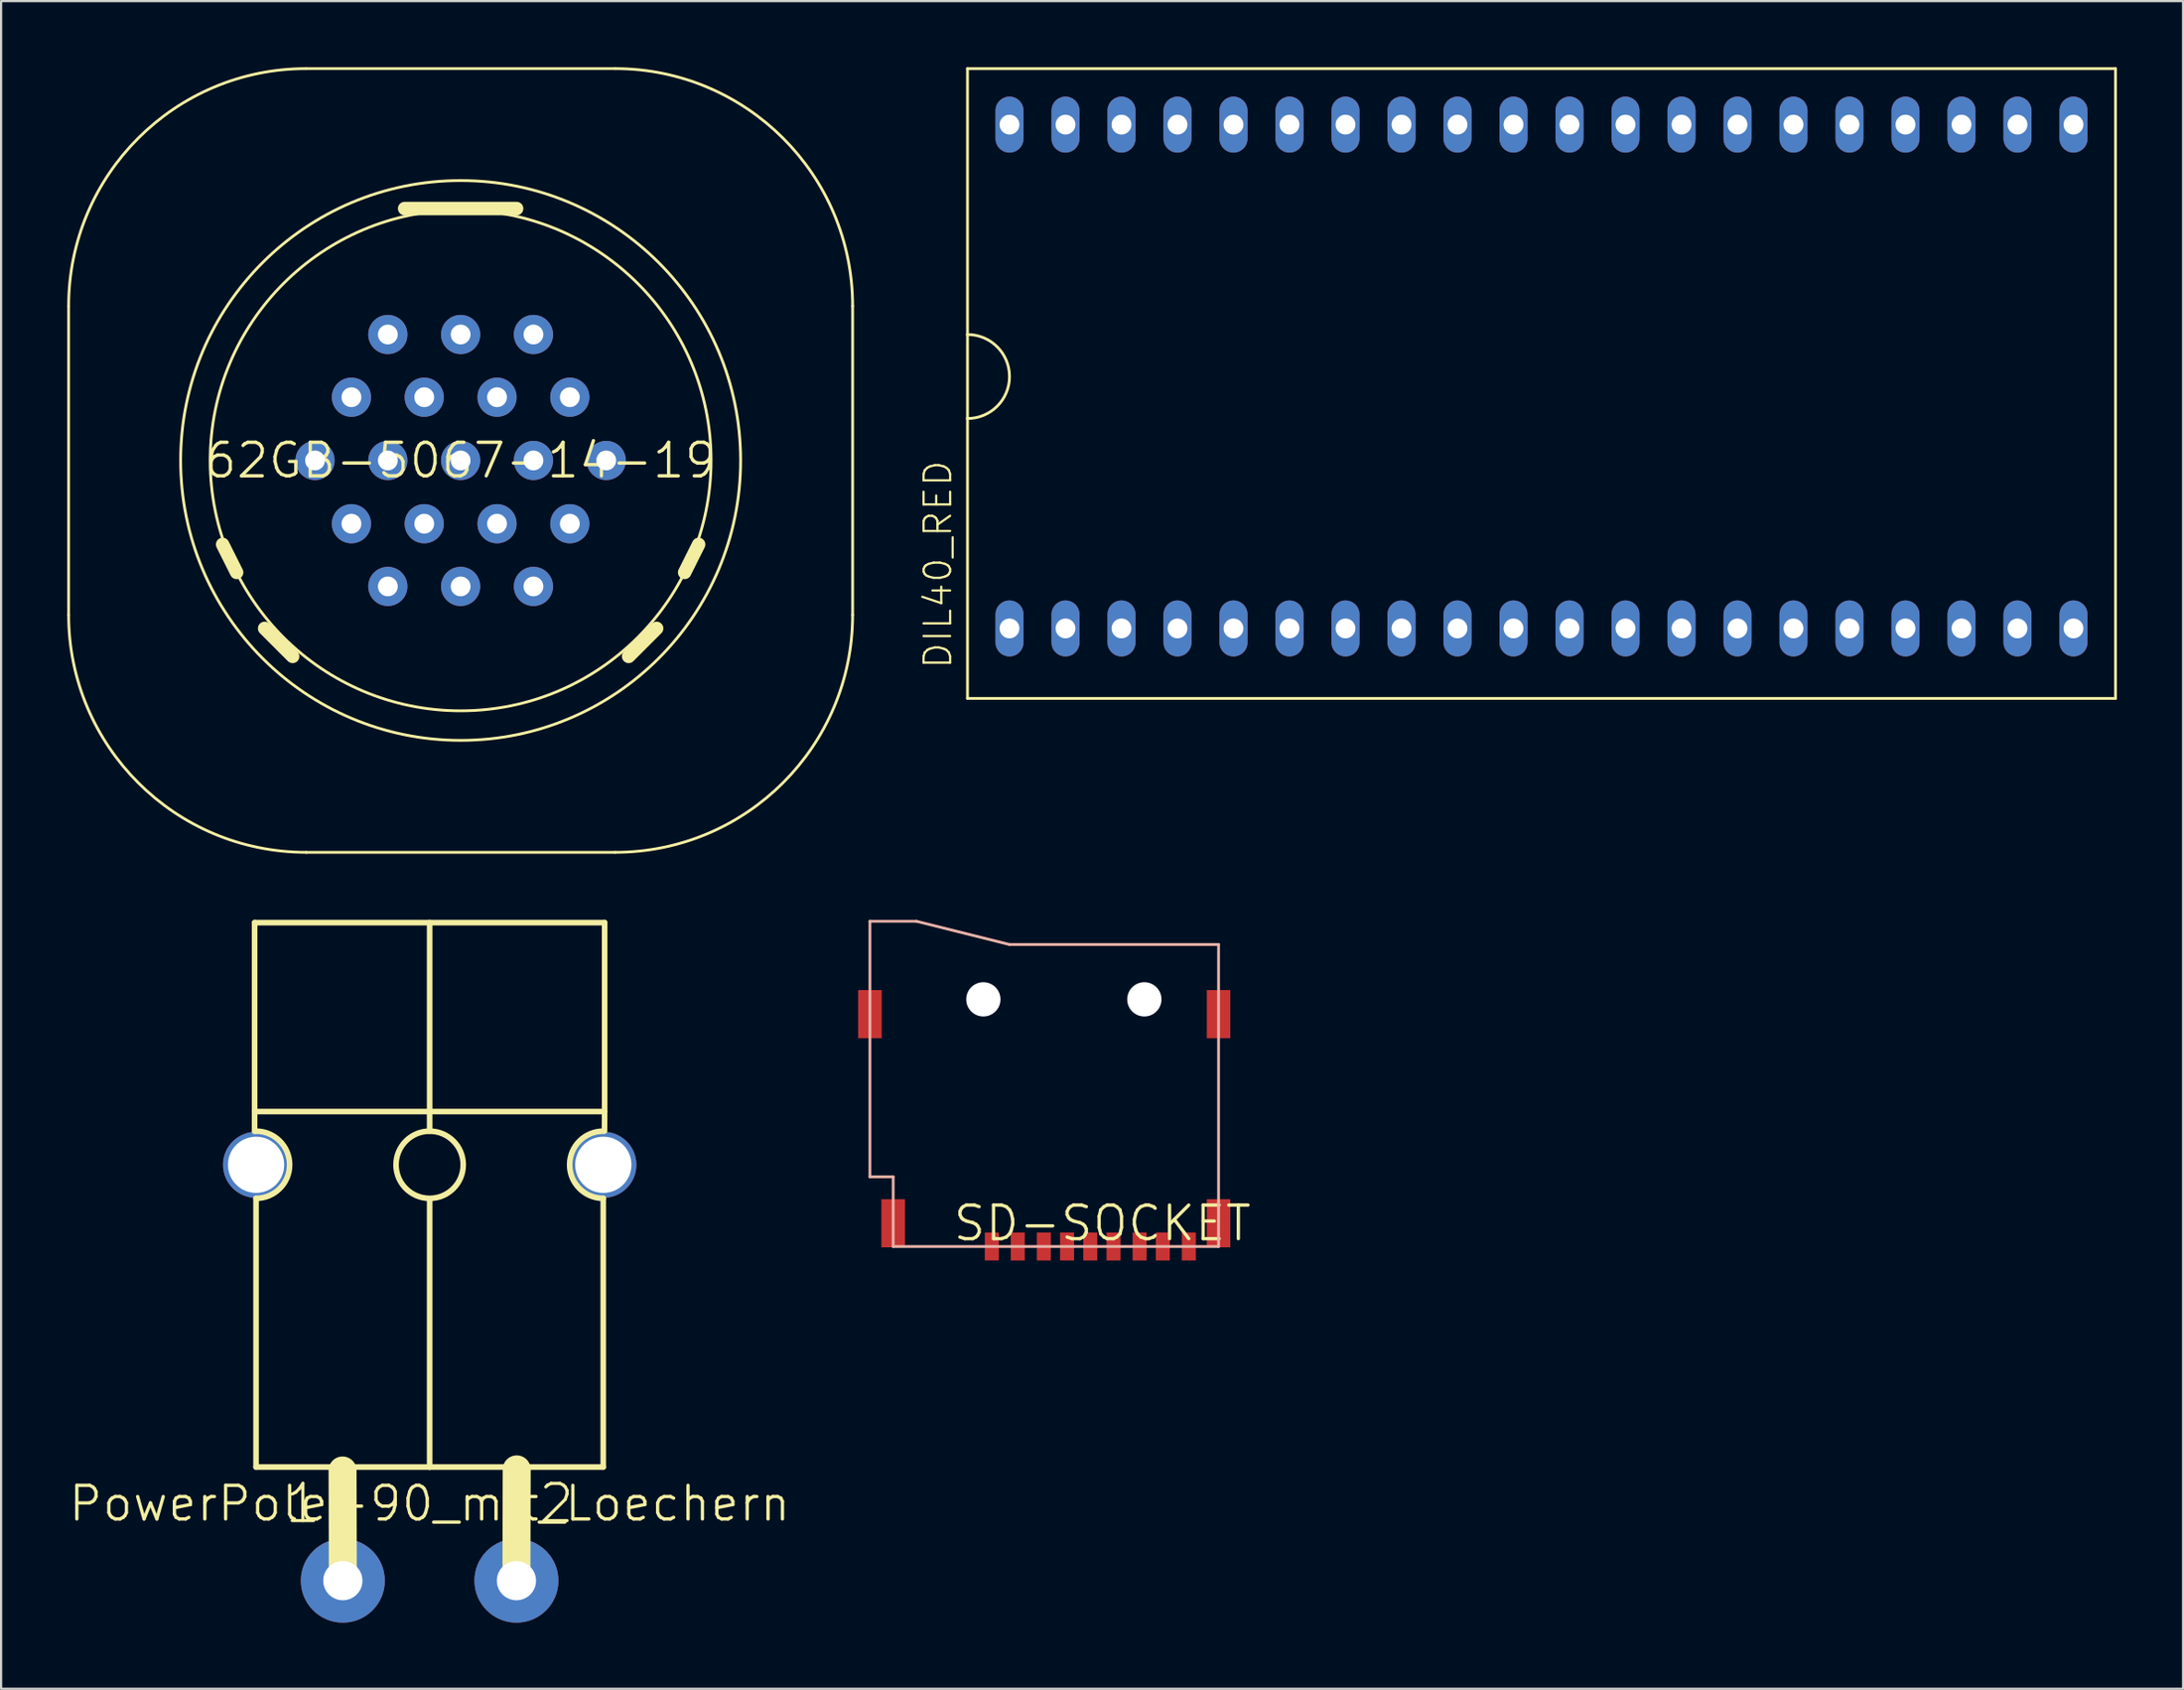
<source format=kicad_pcb>
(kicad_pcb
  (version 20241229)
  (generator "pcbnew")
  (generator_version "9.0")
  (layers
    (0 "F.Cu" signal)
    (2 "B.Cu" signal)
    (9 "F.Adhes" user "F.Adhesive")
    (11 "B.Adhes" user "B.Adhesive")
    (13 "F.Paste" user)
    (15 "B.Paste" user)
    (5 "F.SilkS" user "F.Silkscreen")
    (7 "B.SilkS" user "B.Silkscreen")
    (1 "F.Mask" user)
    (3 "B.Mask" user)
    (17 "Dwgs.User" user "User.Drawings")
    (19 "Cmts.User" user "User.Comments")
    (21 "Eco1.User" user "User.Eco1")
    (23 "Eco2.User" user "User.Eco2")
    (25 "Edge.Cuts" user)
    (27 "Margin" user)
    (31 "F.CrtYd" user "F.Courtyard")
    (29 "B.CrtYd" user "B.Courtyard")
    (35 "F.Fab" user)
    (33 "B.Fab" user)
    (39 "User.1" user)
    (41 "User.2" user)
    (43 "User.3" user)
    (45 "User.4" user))
  (footprint "DIL40_RED"
    (layer "F.Cu")
    (at 66.868 14.034)
    (property "Reference" "DIL40_RED" (at -26.67 13.335 90) (layer "F.SilkS") (effects (font (size 1.206 1.206) (thickness 0.102)) (justify left bottom)))
    (attr through_hole)
    (fp_line (start -26.035 -13.97) (end -26.035 -1.905) (stroke (width 0.127) (type solid)) (layer "F.SilkS"))
    (fp_line (start -26.035 -1.905) (end -26.035 1.905) (stroke (width 0.127) (type solid)) (layer "F.SilkS"))
    (fp_line (start -26.035 1.905) (end -26.035 14.605) (stroke (width 0.127) (type solid)) (layer "F.SilkS"))
    (fp_line (start -26.035 14.605) (end 26.035 14.605) (stroke (width 0.127) (type solid)) (layer "F.SilkS"))
    (fp_line (start 26.035 -13.97) (end -26.035 -13.97) (stroke (width 0.127) (type solid)) (layer "F.SilkS"))
    (fp_line (start 26.035 14.605) (end 26.035 -13.97) (stroke (width 0.127) (type solid)) (layer "F.SilkS"))
    (fp_arc (start -26.035 -1.905) (mid -24.13 0) (end -26.035 1.905) (stroke (width 0.127) (type solid)) (layer "F.SilkS"))
    (pad "1" thru_hole oval (at -24.13 11.43 90) (size 2.54 1.27) (drill 0.9) (layers "*.Cu" "*.Mask"))
    (pad "2" thru_hole oval (at -21.59 11.43 90) (size 2.54 1.27) (drill 0.9) (layers "*.Cu" "*.Mask"))
    (pad "3" thru_hole oval (at -19.05 11.43 90) (size 2.54 1.27) (drill 0.9) (layers "*.Cu" "*.Mask"))
    (pad "4" thru_hole oval (at -16.51 11.43 90) (size 2.54 1.27) (drill 0.9) (layers "*.Cu" "*.Mask"))
    (pad "5" thru_hole oval (at -13.97 11.43 90) (size 2.54 1.27) (drill 0.9) (layers "*.Cu" "*.Mask"))
    (pad "6" thru_hole oval (at -11.43 11.43 90) (size 2.54 1.27) (drill 0.9) (layers "*.Cu" "*.Mask"))
    (pad "7" thru_hole oval (at -8.89 11.43 90) (size 2.54 1.27) (drill 0.9) (layers "*.Cu" "*.Mask"))
    (pad "8" thru_hole oval (at -6.35 11.43 90) (size 2.54 1.27) (drill 0.9) (layers "*.Cu" "*.Mask"))
    (pad "9" thru_hole oval (at -3.81 11.43 90) (size 2.54 1.27) (drill 0.9) (layers "*.Cu" "*.Mask"))
    (pad "10" thru_hole oval (at -1.27 11.43 90) (size 2.54 1.27) (drill 0.9) (layers "*.Cu" "*.Mask"))
    (pad "11" thru_hole oval (at 1.27 11.43 90) (size 2.54 1.27) (drill 0.9) (layers "*.Cu" "*.Mask"))
    (pad "12" thru_hole oval (at 3.81 11.43 90) (size 2.54 1.27) (drill 0.9) (layers "*.Cu" "*.Mask"))
    (pad "13" thru_hole oval (at 6.35 11.43 90) (size 2.54 1.27) (drill 0.9) (layers "*.Cu" "*.Mask"))
    (pad "14" thru_hole oval (at 8.89 11.43 90) (size 2.54 1.27) (drill 0.9) (layers "*.Cu" "*.Mask"))
    (pad "15" thru_hole oval (at 11.43 11.43 90) (size 2.54 1.27) (drill 0.9) (layers "*.Cu" "*.Mask"))
    (pad "16" thru_hole oval (at 13.97 11.43 90) (size 2.54 1.27) (drill 0.9) (layers "*.Cu" "*.Mask"))
    (pad "17" thru_hole oval (at 16.51 11.43 90) (size 2.54 1.27) (drill 0.9) (layers "*.Cu" "*.Mask"))
    (pad "18" thru_hole oval (at 19.05 11.43 90) (size 2.54 1.27) (drill 0.9) (layers "*.Cu" "*.Mask"))
    (pad "19" thru_hole oval (at 21.59 11.43 90) (size 2.54 1.27) (drill 0.9) (layers "*.Cu" "*.Mask"))
    (pad "20" thru_hole oval (at 24.13 11.43 90) (size 2.54 1.27) (drill 0.9) (layers "*.Cu" "*.Mask"))
    (pad "21" thru_hole oval (at 24.13 -11.43 90) (size 2.54 1.27) (drill 0.9) (layers "*.Cu" "*.Mask"))
    (pad "22" thru_hole oval (at 21.59 -11.43 90) (size 2.54 1.27) (drill 0.9) (layers "*.Cu" "*.Mask"))
    (pad "23" thru_hole oval (at 19.05 -11.43 90) (size 2.54 1.27) (drill 0.9) (layers "*.Cu" "*.Mask"))
    (pad "24" thru_hole oval (at 16.51 -11.43 90) (size 2.54 1.27) (drill 0.9) (layers "*.Cu" "*.Mask"))
    (pad "25" thru_hole oval (at 13.97 -11.43 90) (size 2.54 1.27) (drill 0.9) (layers "*.Cu" "*.Mask"))
    (pad "26" thru_hole oval (at 11.43 -11.43 90) (size 2.54 1.27) (drill 0.9) (layers "*.Cu" "*.Mask"))
    (pad "27" thru_hole oval (at 8.89 -11.43 90) (size 2.54 1.27) (drill 0.9) (layers "*.Cu" "*.Mask"))
    (pad "28" thru_hole oval (at 6.35 -11.43 90) (size 2.54 1.27) (drill 0.9) (layers "*.Cu" "*.Mask"))
    (pad "29" thru_hole oval (at 3.81 -11.43 90) (size 2.54 1.27) (drill 0.9) (layers "*.Cu" "*.Mask"))
    (pad "30" thru_hole oval (at 1.27 -11.43 90) (size 2.54 1.27) (drill 0.9) (layers "*.Cu" "*.Mask"))
    (pad "31" thru_hole oval (at -1.27 -11.43 90) (size 2.54 1.27) (drill 0.9) (layers "*.Cu" "*.Mask"))
    (pad "32" thru_hole oval (at -3.81 -11.43 90) (size 2.54 1.27) (drill 0.9) (layers "*.Cu" "*.Mask"))
    (pad "33" thru_hole oval (at -6.35 -11.43 90) (size 2.54 1.27) (drill 0.9) (layers "*.Cu" "*.Mask"))
    (pad "34" thru_hole oval (at -8.89 -11.43 90) (size 2.54 1.27) (drill 0.9) (layers "*.Cu" "*.Mask"))
    (pad "35" thru_hole oval (at -11.43 -11.43 90) (size 2.54 1.27) (drill 0.9) (layers "*.Cu" "*.Mask"))
    (pad "36" thru_hole oval (at -13.97 -11.43 90) (size 2.54 1.27) (drill 0.9) (layers "*.Cu" "*.Mask"))
    (pad "37" thru_hole oval (at -16.51 -11.43 90) (size 2.54 1.27) (drill 0.9) (layers "*.Cu" "*.Mask"))
    (pad "38" thru_hole oval (at -19.05 -11.43 90) (size 2.54 1.27) (drill 0.9) (layers "*.Cu" "*.Mask"))
    (pad "39" thru_hole oval (at -21.59 -11.43 90) (size 2.54 1.27) (drill 0.9) (layers "*.Cu" "*.Mask"))
    (pad "40" thru_hole oval (at -24.13 -11.43 90) (size 2.54 1.27) (drill 0.9) (layers "*.Cu" "*.Mask")))
  (footprint "SD-SOCKET"
    (layer "F.Cu")
    (at 46.949 52.454)
    (property "Reference" "SD-SOCKET" (at 0 0 0) (layer "F.SilkS") (effects (font (size 1.524 1.524) (thickness 0.15))))
    (attr through_hole)
    (fp_line (start -10.541 -13.703) (end -10.541 -2.108) (stroke (width 0.127) (type solid)) (layer "B.SilkS"))
    (fp_line (start -10.541 -2.108) (end -9.487 -2.108) (stroke (width 0.127) (type solid)) (layer "B.SilkS"))
    (fp_line (start -9.487 -2.108) (end -9.487 1.054) (stroke (width 0.127) (type solid)) (layer "B.SilkS"))
    (fp_line (start -9.487 1.054) (end 5.271 1.054) (stroke (width 0.127) (type solid)) (layer "B.SilkS"))
    (fp_line (start -8.433 -13.703) (end -10.541 -13.703) (stroke (width 0.127) (type solid)) (layer "B.SilkS"))
    (fp_line (start -4.216 -12.649) (end -8.433 -13.703) (stroke (width 0.127) (type solid)) (layer "B.SilkS"))
    (fp_line (start 5.271 -12.649) (end -4.216 -12.649) (stroke (width 0.127) (type solid)) (layer "B.SilkS"))
    (fp_line (start 5.271 1.054) (end 5.271 -12.649) (stroke (width 0.127) (type solid)) (layer "B.SilkS"))
    (pad "" np_thru_hole circle (at -5.397 -10.16) (size 1.554 1.554) (drill 1.554) (layers "*.Cu"))
    (pad "" np_thru_hole circle (at 1.905 -10.16) (size 1.554 1.554) (drill 1.554) (layers "*.Cu"))
    (pad "P1_N" smd rect (at -5.016 1.054 90) (size 1.27 0.635) (layers "F.Cu" "F.Mask" "F.Paste"))
    (pad "P2_C" smd rect (at -3.835 1.054 90) (size 1.27 0.635) (layers "F.Cu" "F.Mask" "F.Paste"))
    (pad "P3_D" smd rect (at -2.654 1.054 90) (size 1.27 0.635) (layers "F.Cu" "F.Mask" "F.Paste"))
    (pad "P4_V" smd rect (at -1.6 1.054 90) (size 1.27 0.635) (layers "F.Cu" "F.Mask" "F.Paste"))
    (pad "P5_C" smd rect (at -0.546 1.054 90) (size 1.27 0.635) (layers "F.Cu" "F.Mask" "F.Paste"))
    (pad "P6_G" smd rect (at 0.508 1.054 90) (size 1.27 0.635) (layers "F.Cu" "F.Mask" "F.Paste"))
    (pad "P7_D" smd rect (at 1.689 1.054 90) (size 1.27 0.635) (layers "F.Cu" "F.Mask" "F.Paste"))
    (pad "P8_N" smd rect (at 2.743 1.054 90) (size 1.27 0.635) (layers "F.Cu" "F.Mask" "F.Paste"))
    (pad "P9_S" smd rect (at 3.924 1.054 90) (size 1.27 0.635) (layers "F.Cu" "F.Mask" "F.Paste"))
    (pad "P10_" smd rect (at -10.541 -9.487 90) (size 2.184 1.067) (layers "F.Cu" "F.Mask" "F.Paste"))
    (pad "P11_" smd rect (at 5.271 -9.487 90) (size 2.184 1.067) (layers "F.Cu" "F.Mask" "F.Paste"))
    (pad "P12_" smd rect (at -9.487 0 90) (size 2.184 1.067) (layers "F.Cu" "F.Mask" "F.Paste"))
    (pad "P13_" smd rect (at 5.271 0 90) (size 2.184 1.067) (layers "F.Cu" "F.Mask" "F.Paste")))
  (footprint "PowerPole-90_mit_Loechern"
    (layer "F.Cu")
    (at 16.437 68.671)
    (property "Reference" "PowerPole-90_mit_Loechern" (at 0 -3.5 0) (layer "F.SilkS") (effects (font (size 1.524 1.524) (thickness 0.15))))
    (attr through_hole)
    (fp_line (start -7.94 -20.39) (end -7.938 -21.285) (stroke (width 0.254) (type solid)) (layer "F.SilkS"))
    (fp_line (start -7.938 -29.858) (end 7.938 -29.858) (stroke (width 0.254) (type solid)) (layer "F.SilkS"))
    (fp_line (start -7.938 -21.285) (end -7.938 -29.858) (stroke (width 0.254) (type solid)) (layer "F.SilkS"))
    (fp_line (start -7.938 -21.285) (end 7.938 -21.285) (stroke (width 0.254) (type solid)) (layer "F.SilkS"))
    (fp_line (start -7.874 -17.348) (end -7.874 -5.156) (stroke (width 0.254) (type solid)) (layer "F.SilkS"))
    (fp_line (start -7.874 -5.156) (end -3.937 -5.156) (stroke (width 0.254) (type solid)) (layer "F.SilkS"))
    (fp_line (start -3.937 -5.156) (end 0 -5.156) (stroke (width 0.254) (type solid)) (layer "F.SilkS"))
    (fp_line (start -3.937 0) (end -3.95 -5) (stroke (width 1.27) (type solid)) (layer "F.SilkS"))
    (fp_line (start 0 -20.4) (end 0 -29.858) (stroke (width 0.254) (type solid)) (layer "F.SilkS"))
    (fp_line (start 0 -17.285) (end 0 -5.156) (stroke (width 0.254) (type solid)) (layer "F.SilkS"))
    (fp_line (start 0 -5.156) (end 3.937 -5.156) (stroke (width 0.254) (type solid)) (layer "F.SilkS"))
    (fp_line (start 3.937 -5.156) (end 7.874 -5.156) (stroke (width 0.254) (type solid)) (layer "F.SilkS"))
    (fp_line (start 3.937 0) (end 3.95 -5.05) (stroke (width 1.27) (type solid)) (layer "F.SilkS"))
    (fp_line (start 7.874 -5.156) (end 7.874 -17.348) (stroke (width 0.254) (type solid)) (layer "F.SilkS"))
    (fp_line (start 7.938 -29.858) (end 7.938 -21.285) (stroke (width 0.254) (type solid)) (layer "F.SilkS"))
    (fp_line (start 7.938 -21.285) (end 7.93 -20.4) (stroke (width 0.254) (type solid)) (layer "F.SilkS"))
    (fp_arc (start -7.874 -20.396) (mid -6.35 -18.872) (end -7.874 -17.348) (stroke (width 0.254) (type solid)) (layer "F.SilkS"))
    (fp_arc (start 7.874 -17.348) (mid 6.35 -18.872) (end 7.874 -20.396) (stroke (width 0.254) (type solid)) (layer "F.SilkS"))
    (fp_circle (center 0 -18.872) (end 1.524 -18.872) (stroke (width 0.254) (type solid)) (fill no) (layer "F.SilkS"))
    (fp_text user "1" (at -5.75 -3.5 0) (layer "F.SilkS") (effects (font (size 1.689 1.689) (thickness 0.142))))
    (fp_text user "2" (at 5.75 -3.5 0) (layer "F.SilkS") (effects (font (size 1.689 1.689) (thickness 0.142))))
    (pad "" thru_hole circle (at -7.872 -18.87) (size 3 3) (drill 2.55) (layers "*.Cu" "*.Mask"))
    (pad "" thru_hole circle (at 7.878 -18.87) (size 3 3) (drill 2.55) (layers "*.Cu" "*.Mask"))
    (pad "1" thru_hole circle (at -3.937 0) (size 3.81 3.81) (drill 1.778) (layers "*.Cu" "*.Mask"))
    (pad "2" thru_hole circle (at 3.937 0) (size 3.81 3.81) (drill 1.778) (layers "*.Cu" "*.Mask")))
  (footprint "62GB-5067-14-19"
    (layer "F.Cu")
    (at 17.843 17.843)
    (property "Reference" "62GB-5067-14-19" (at 0 0 0) (layer "F.SilkS") (effects (font (size 1.524 1.524) (thickness 0.15))))
    (attr through_hole)
    (fp_line (start -17.78 7.004) (end -17.78 -7.004) (stroke (width 0.127) (type solid)) (layer "F.SilkS"))
    (fp_line (start -10.795 3.81) (end -10.16 5.08) (stroke (width 0.61) (type solid)) (layer "F.SilkS"))
    (fp_line (start -8.89 7.62) (end -7.62 8.89) (stroke (width 0.61) (type solid)) (layer "F.SilkS"))
    (fp_line (start -7.004 -17.78) (end 7.004 -17.78) (stroke (width 0.127) (type solid)) (layer "F.SilkS"))
    (fp_line (start -2.54 -11.43) (end 2.54 -11.43) (stroke (width 0.61) (type solid)) (layer "F.SilkS"))
    (fp_line (start 7.004 17.78) (end -7.004 17.78) (stroke (width 0.127) (type solid)) (layer "F.SilkS"))
    (fp_line (start 7.62 8.89) (end 8.89 7.62) (stroke (width 0.61) (type solid)) (layer "F.SilkS"))
    (fp_line (start 10.16 5.08) (end 10.795 3.81) (stroke (width 0.61) (type solid)) (layer "F.SilkS"))
    (fp_line (start 17.78 -7.004) (end 17.78 7.004) (stroke (width 0.127) (type solid)) (layer "F.SilkS"))
    (fp_arc (start -17.78 -7.003694) (mid -14.623692 -14.623693) (end -7.003692 -17.78) (stroke (width 0.127) (type solid)) (layer "F.SilkS"))
    (fp_arc (start -7.003694 17.78) (mid -14.623693 14.623692) (end -17.78 7.003692) (stroke (width 0.127) (type solid)) (layer "F.SilkS"))
    (fp_arc (start 7.003694 -17.78) (mid 14.623693 -14.623692) (end 17.78 -7.003692) (stroke (width 0.127) (type solid)) (layer "F.SilkS"))
    (fp_arc (start 17.78 7.003694) (mid 14.623692 14.623693) (end 7.003692 17.78) (stroke (width 0.127) (type solid)) (layer "F.SilkS"))
    (fp_circle (center 0 0) (end 11.359 0) (stroke (width 0.127) (type solid)) (fill no) (layer "F.SilkS"))
    (fp_circle (center 0 0) (end 12.7 0) (stroke (width 0.127) (type solid)) (fill no) (layer "F.SilkS"))
    (pad "A" thru_hole circle (at 0 -5.715) (size 1.778 1.778) (drill 0.9) (layers "*.Cu" "*.Mask"))
    (pad "B" thru_hole circle (at 3.302 -5.715) (size 1.778 1.778) (drill 0.9) (layers "*.Cu" "*.Mask"))
    (pad "C" thru_hole circle (at 4.953 -2.87) (size 1.778 1.778) (drill 0.9) (layers "*.Cu" "*.Mask"))
    (pad "D" thru_hole circle (at 6.604 0) (size 1.778 1.778) (drill 0.9) (layers "*.Cu" "*.Mask"))
    (pad "E" thru_hole circle (at 4.953 2.87) (size 1.778 1.778) (drill 0.9) (layers "*.Cu" "*.Mask"))
    (pad "F" thru_hole circle (at 3.302 5.715) (size 1.778 1.778) (drill 0.9) (layers "*.Cu" "*.Mask"))
    (pad "G" thru_hole circle (at 0 5.715) (size 1.778 1.778) (drill 0.9) (layers "*.Cu" "*.Mask"))
    (pad "H" thru_hole circle (at -3.302 5.715) (size 1.778 1.778) (drill 0.9) (layers "*.Cu" "*.Mask"))
    (pad "J" thru_hole circle (at -4.953 2.87) (size 1.778 1.778) (drill 0.9) (layers "*.Cu" "*.Mask"))
    (pad "K" thru_hole circle (at -6.604 0) (size 1.778 1.778) (drill 0.9) (layers "*.Cu" "*.Mask"))
    (pad "L" thru_hole circle (at -4.953 -2.87) (size 1.778 1.778) (drill 0.9) (layers "*.Cu" "*.Mask"))
    (pad "M" thru_hole circle (at -3.302 -5.715) (size 1.778 1.778) (drill 0.9) (layers "*.Cu" "*.Mask"))
    (pad "N" thru_hole circle (at -1.651 -2.87) (size 1.778 1.778) (drill 0.9) (layers "*.Cu" "*.Mask"))
    (pad "O" thru_hole circle (at 1.651 -2.87) (size 1.778 1.778) (drill 0.9) (layers "*.Cu" "*.Mask"))
    (pad "R" thru_hole circle (at 3.302 0) (size 1.778 1.778) (drill 0.9) (layers "*.Cu" "*.Mask"))
    (pad "S" thru_hole circle (at 1.651 2.87) (size 1.778 1.778) (drill 0.9) (layers "*.Cu" "*.Mask"))
    (pad "T" thru_hole circle (at -1.651 2.87) (size 1.778 1.778) (drill 0.9) (layers "*.Cu" "*.Mask"))
    (pad "U" thru_hole circle (at -3.302 0) (size 1.778 1.778) (drill 0.9) (layers "*.Cu" "*.Mask"))
    (pad "V" thru_hole circle (at 0 0) (size 1.778 1.778) (drill 0.9) (layers "*.Cu" "*.Mask")))
  (gr_rect
    (start -3 -3)
    (end 95.967 73.576)
    (stroke (width 0.1) (type default))
    (fill no)
    (layer "Edge.Cuts")))
</source>
